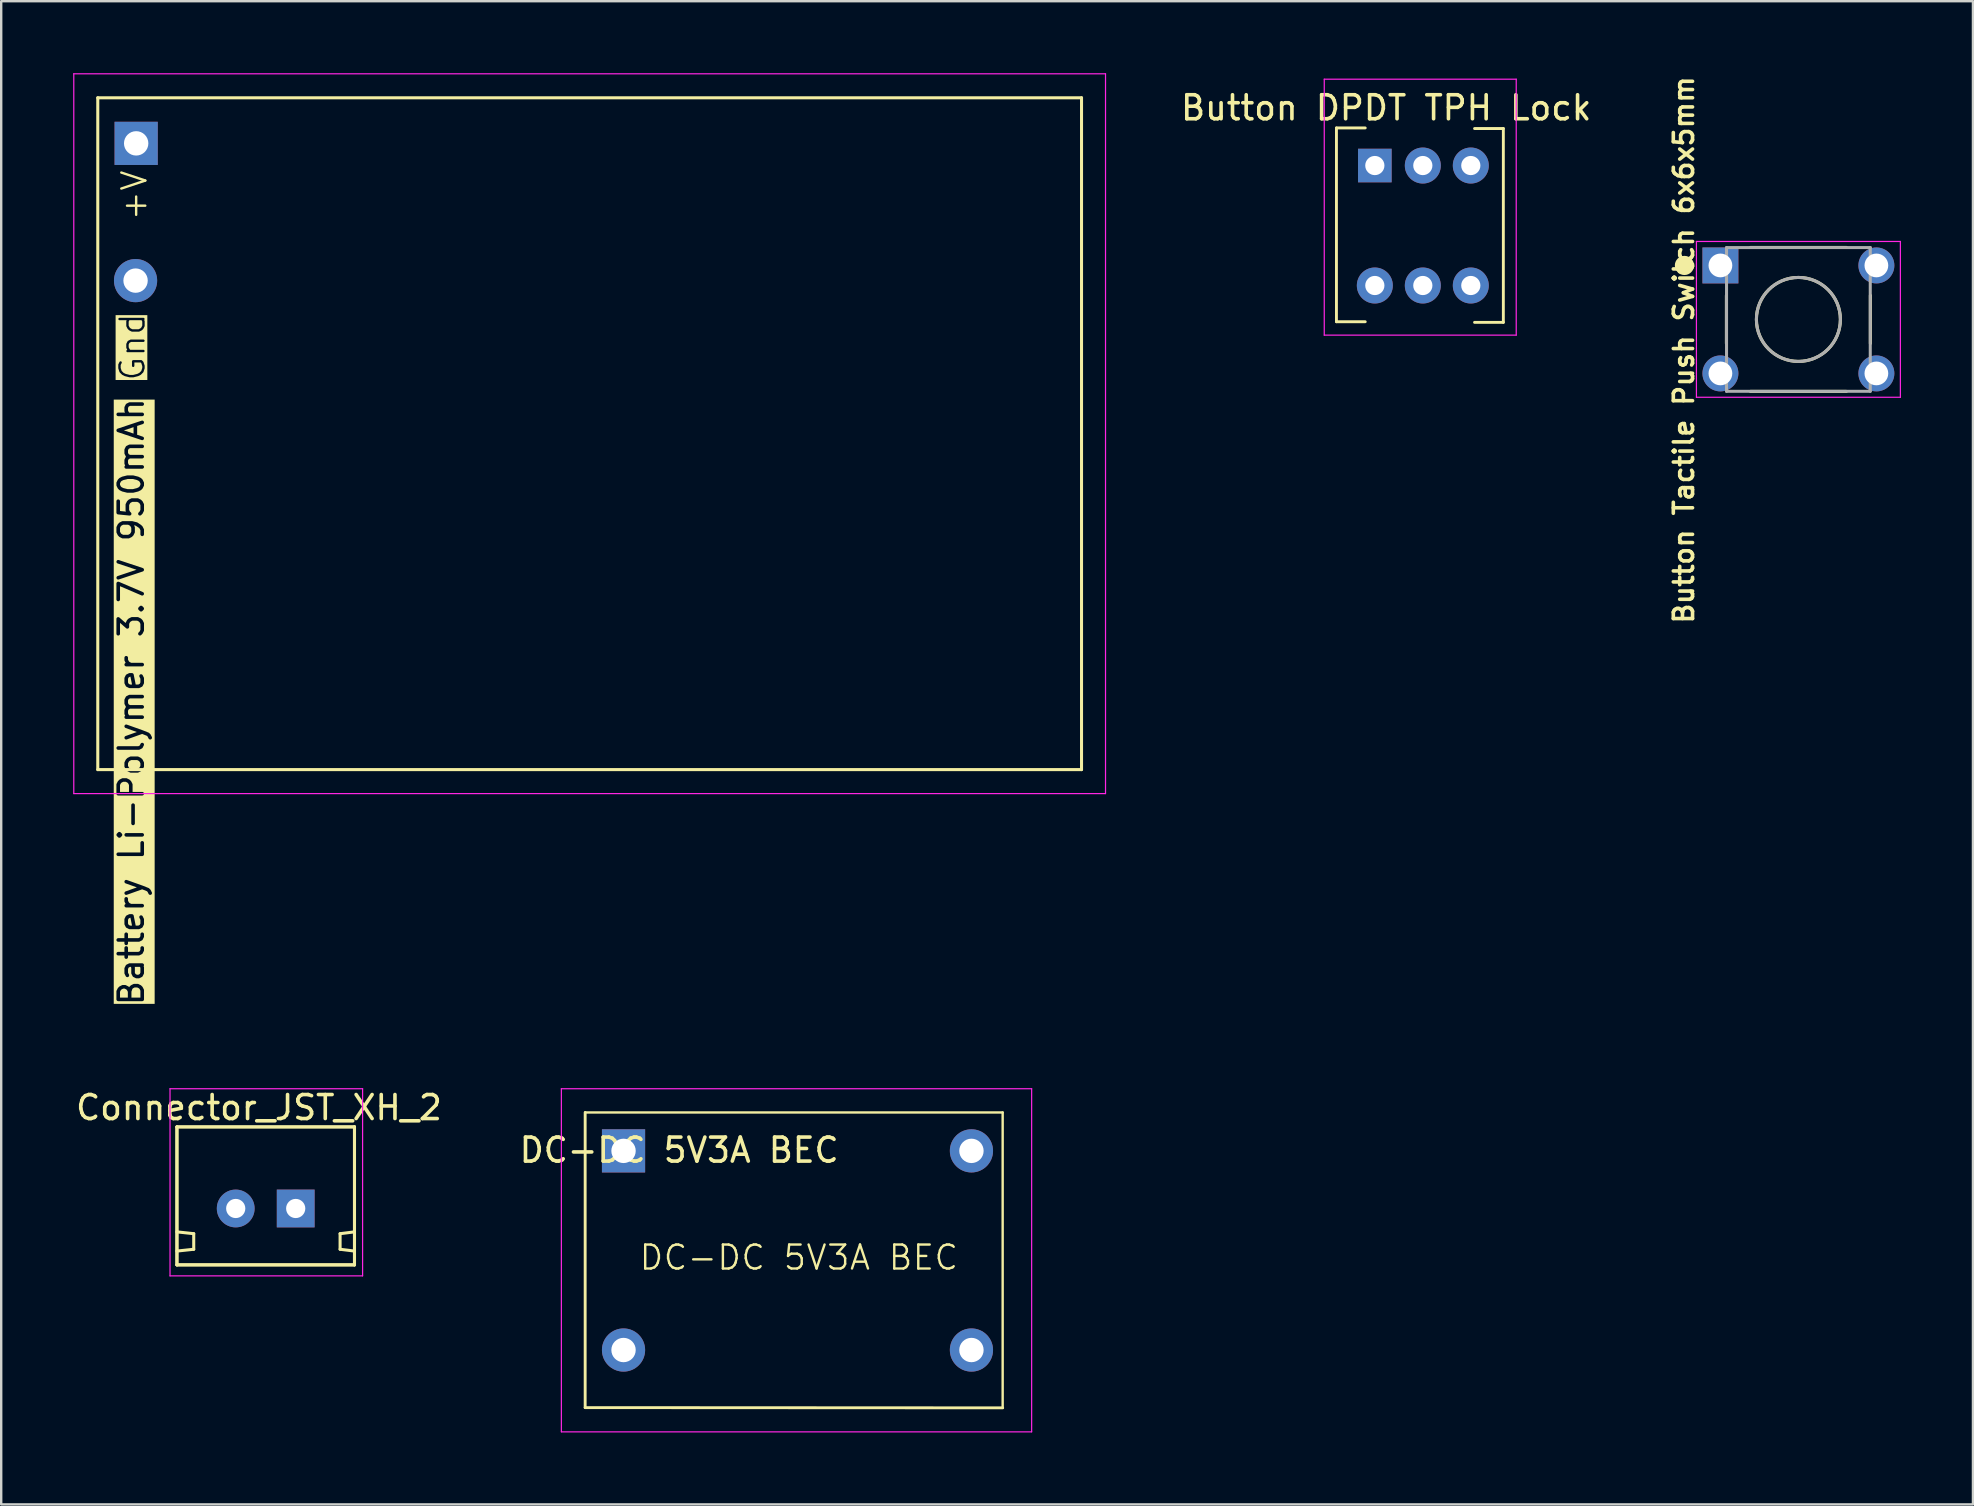
<source format=kicad_pcb>
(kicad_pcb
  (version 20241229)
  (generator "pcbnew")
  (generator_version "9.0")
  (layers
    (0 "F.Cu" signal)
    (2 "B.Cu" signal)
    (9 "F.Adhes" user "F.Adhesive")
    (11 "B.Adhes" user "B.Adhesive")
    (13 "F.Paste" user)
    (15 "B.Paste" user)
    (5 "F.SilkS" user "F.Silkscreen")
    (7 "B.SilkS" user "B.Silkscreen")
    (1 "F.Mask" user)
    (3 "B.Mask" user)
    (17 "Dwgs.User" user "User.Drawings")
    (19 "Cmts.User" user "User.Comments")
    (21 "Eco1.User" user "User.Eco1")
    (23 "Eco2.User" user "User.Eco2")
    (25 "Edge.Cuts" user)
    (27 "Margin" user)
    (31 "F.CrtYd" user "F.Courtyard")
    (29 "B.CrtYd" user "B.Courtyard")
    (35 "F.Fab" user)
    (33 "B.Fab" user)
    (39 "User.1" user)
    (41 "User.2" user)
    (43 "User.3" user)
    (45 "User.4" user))
  (footprint "Button DPDT TPH Lock"
    (layer "F.Cu")
    (at 52.141 0.25)
    (property "Reference" "Button DPDT TPH Lock" (at 2.581 1.194 0) (layer "F.SilkS") (effects (font (size 1 1) (thickness 0.15))))
    (attr through_hole)
    (fp_line (start 0.508 2.032) (end 0.508 10.109) (stroke (width 0.12) (type solid)) (layer "F.SilkS"))
    (fp_line (start 0.508 2.032) (end 1.708 2.032) (stroke (width 0.12) (type solid)) (layer "F.SilkS"))
    (fp_line (start 0.508 10.109) (end 1.708 10.109) (stroke (width 0.12) (type solid)) (layer "F.SilkS"))
    (fp_line (start 7.464 2.057) (end 6.264 2.057) (stroke (width 0.12) (type solid)) (layer "F.SilkS"))
    (fp_line (start 7.464 10.135) (end 6.264 10.135) (stroke (width 0.12) (type solid)) (layer "F.SilkS"))
    (fp_line (start 7.464 10.135) (end 7.464 2.057) (stroke (width 0.12) (type solid)) (layer "F.SilkS"))
    (fp_line (start 0 0) (end 8.001 0) (stroke (width 0.05) (type solid)) (layer "F.CrtYd"))
    (fp_line (start 0 10.668) (end 0 0) (stroke (width 0.05) (type solid)) (layer "F.CrtYd"))
    (fp_line (start 8.001 0) (end 8.001 10.668) (stroke (width 0.05) (type solid)) (layer "F.CrtYd"))
    (fp_line (start 8.001 10.668) (end 0 10.668) (stroke (width 0.05) (type solid)) (layer "F.CrtYd"))
    (pad "1" thru_hole rect (at 2.108 3.599) (size 1.4 1.4) (drill 0.8) (layers "*.Cu" "B.Mask"))
    (pad "2" thru_hole circle (at 4.108 3.599) (size 1.5 1.5) (drill 0.8) (layers "*.Cu" "B.Mask"))
    (pad "3" thru_hole circle (at 6.108 3.599) (size 1.5 1.5) (drill 0.8) (layers "*.Cu" "B.Mask"))
    (pad "4" thru_hole circle (at 2.108 8.599) (size 1.5 1.5) (drill 0.8) (layers "*.Cu" "B.Mask"))
    (pad "5" thru_hole circle (at 4.108 8.599) (size 1.5 1.5) (drill 0.8) (layers "*.Cu" "B.Mask"))
    (pad "6" thru_hole circle (at 6.108 8.599) (size 1.5 1.5) (drill 0.8) (layers "*.Cu" "B.Mask")))
  (footprint "DC-DC 5V3A BEC"
    (layer "F.Cu")
    (at 20.346 42.325)
    (property "Reference" "DC-DC 5V3A BEC" (at 4.91 2.56 0) (layer "F.SilkS") (effects (font (size 1 1) (thickness 0.15))))
    (attr through_hole)
    (fp_line (start 0.992 0.99) (end 0.992 13.29) (stroke (width 0.12) (type solid)) (layer "F.SilkS"))
    (fp_line (start 0.992 0.99) (end 18.392 0.99) (stroke (width 0.1) (type default)) (layer "F.SilkS"))
    (fp_line (start 0.992 13.29) (end 18.392 13.3) (stroke (width 0.12) (type solid)) (layer "F.SilkS"))
    (fp_line (start 18.392 0.99) (end 18.392 13.3) (stroke (width 0.1) (type default)) (layer "F.SilkS"))
    (fp_line (start 0 0) (end 0 14.3) (stroke (width 0.05) (type solid)) (layer "F.CrtYd"))
    (fp_line (start 0 14.3) (end 19.6 14.3) (stroke (width 0.05) (type solid)) (layer "F.CrtYd"))
    (fp_line (start 19.6 0) (end 0 0) (stroke (width 0.05) (type solid)) (layer "F.CrtYd"))
    (fp_line (start 19.6 14.3) (end 19.6 0) (stroke (width 0.05) (type solid)) (layer "F.CrtYd"))
    (fp_text user "DC-DC 5V3A BEC" (at 3.19 7.62 0) (unlocked yes) (layer "F.SilkS") (effects (font (size 1 1) (thickness 0.1)) (justify left bottom)))
    (pad "1" thru_hole rect (at 2.591 2.59) (size 1.8 1.8) (drill 1.016) (layers "*.Cu" "B.Mask"))
    (pad "2" thru_hole circle (at 2.591 10.89) (size 1.8 1.8) (drill 1.016) (layers "*.Cu" "B.Mask"))
    (pad "3" thru_hole circle (at 17.091 2.59) (size 1.8 1.8) (drill 1.016) (layers "*.Cu" "B.Mask"))
    (pad "4" thru_hole circle (at 17.091 10.89) (size 1.8 1.8) (drill 1.016) (layers "*.Cu" "B.Mask")))
  (footprint "Button Tactile Push Switch 6x6x5mm"
    (layer "F.Cu")
    (at 71.902 10.263)
    (property "Reference" "Button Tactile Push Switch 6x6x5mm" (at -4.775 1.27 90) (layer "F.SilkS") (effects (font (size 0.801 0.801) (thickness 0.15))))
    (attr through_hole)
    (fp_line (start -3 -1) (end -3 1) (stroke (width 0.127) (type solid)) (layer "F.SilkS"))
    (fp_line (start -2 -3) (end 2 -3) (stroke (width 0.127) (type solid)) (layer "F.SilkS"))
    (fp_line (start -2 3) (end 2 3) (stroke (width 0.127) (type solid)) (layer "F.SilkS"))
    (fp_line (start 3 -1) (end 3 1) (stroke (width 0.127) (type solid)) (layer "F.SilkS"))
    (fp_circle (center -4.75 -2.25) (end -4.55 -2.25) (stroke (width 0.4) (type solid)) (fill no) (layer "F.SilkS"))
    (fp_circle (center 0 0) (end 1.75 0) (stroke (width 0.127) (type solid)) (fill no) (layer "F.SilkS"))
    (fp_line (start -4.25 -3.25) (end 4.25 -3.25) (stroke (width 0.05) (type solid)) (layer "F.CrtYd"))
    (fp_line (start -4.25 3.245) (end -4.25 -3.25) (stroke (width 0.05) (type solid)) (layer "F.CrtYd"))
    (fp_line (start 4.25 -3.25) (end 4.25 3.245) (stroke (width 0.05) (type solid)) (layer "F.CrtYd"))
    (fp_line (start 4.25 3.245) (end -4.25 3.245) (stroke (width 0.05) (type solid)) (layer "F.CrtYd"))
    (fp_line (start -2.995 -2.995) (end -2.995 2.995) (stroke (width 0.127) (type solid)) (layer "F.Fab"))
    (fp_line (start -2.995 2.995) (end 2.995 2.995) (stroke (width 0.127) (type solid)) (layer "F.Fab"))
    (fp_line (start 2.995 -2.995) (end -2.995 -2.995) (stroke (width 0.127) (type solid)) (layer "F.Fab"))
    (fp_line (start 2.995 2.995) (end 2.995 -2.995) (stroke (width 0.127) (type solid)) (layer "F.Fab"))
    (fp_circle (center -3.25 -2.25) (end -3.05 -2.25) (stroke (width 0.4) (type solid)) (fill no) (layer "F.Fab"))
    (fp_circle (center 0 0) (end 1.75 0) (stroke (width 0.127) (type solid)) (fill no) (layer "F.Fab"))
    (pad "1" thru_hole rect (at -3.25 -2.25) (size 1.498 1.498) (drill 0.99) (layers "*.Cu" "B.Mask"))
    (pad "2" thru_hole circle (at -3.25 2.25) (size 1.498 1.498) (drill 0.99) (layers "*.Cu" "B.Mask"))
    (pad "3" thru_hole circle (at 3.25 -2.25) (size 1.498 1.498) (drill 0.99) (layers "*.Cu" "B.Mask"))
    (pad "4" thru_hole circle (at 3.25 2.25) (size 1.498 1.498) (drill 0.99) (layers "*.Cu" "B.Mask")))
  (footprint "Battery Li-Polymer 3.7V 950mAh"
    (layer "F.Cu")
    (at 1.025 1.025)
    (property "Reference" "Battery Li-Polymer 3.7V 950mAh" (at 1.397 25.171 90) (layer "F.SilkS" knockout) (effects (font (size 1 1) (thickness 0.15))))
    (attr through_hole)
    (fp_line (start 0 0) (end 41 0) (stroke (width 0.127) (type solid)) (layer "F.SilkS"))
    (fp_line (start 0 28) (end 0 0) (stroke (width 0.127) (type solid)) (layer "F.SilkS"))
    (fp_line (start 41 0) (end 41 28) (stroke (width 0.127) (type solid)) (layer "F.SilkS"))
    (fp_line (start 41 28) (end 0 28) (stroke (width 0.127) (type solid)) (layer "F.SilkS"))
    (fp_line (start -1 -1) (end -1 29) (stroke (width 0.05) (type solid)) (layer "F.CrtYd"))
    (fp_line (start -1 29) (end 42 29) (stroke (width 0.05) (type solid)) (layer "F.CrtYd"))
    (fp_line (start 42 -1) (end -1 -1) (stroke (width 0.05) (type solid)) (layer "F.CrtYd"))
    (fp_line (start 42 29) (end 42 -1) (stroke (width 0.05) (type solid)) (layer "F.CrtYd"))
    (fp_text user "+V" (at 2.108 5.182 90) (unlocked yes) (layer "F.SilkS") (effects (font (size 1 1) (thickness 0.1)) (justify left bottom)))
    (fp_text user "Gnd" (at 2.032 11.858 90) (unlocked yes) (layer "F.SilkS" knockout) (effects (font (size 1 1) (thickness 0.1)) (justify left bottom)))
    (pad "1" thru_hole rect (at 1.6 1.9) (size 1.8 1.8) (drill 1.016) (layers "*.Cu" "B.Mask"))
    (pad "2" thru_hole circle (at 1.575 7.62) (size 1.8 1.8) (drill 1.016) (layers "*.Cu" "B.Mask")))
  (footprint "Connector_JST_XH_2"
    (layer "F.Cu")
    (at 4.036 42.325)
    (property "Reference" "Connector_JST_XH_2" (at 3.708 0.787 0) (layer "F.SilkS") (effects (font (size 1 1) (thickness 0.15))))
    (attr through_hole)
    (fp_line (start 0.288 1.591) (end 7.688 1.591) (stroke (width 0.127) (type solid)) (layer "F.SilkS"))
    (fp_line (start 0.288 1.591) (end 7.688 1.591) (stroke (width 0.127) (type solid)) (layer "F.SilkS"))
    (fp_line (start 0.288 5.966) (end 0.988 6.041) (stroke (width 0.127) (type solid)) (layer "F.SilkS"))
    (fp_line (start 0.288 6.766) (end 0.988 6.691) (stroke (width 0.127) (type solid)) (layer "F.SilkS"))
    (fp_line (start 0.288 7.341) (end 0.288 1.591) (stroke (width 0.127) (type solid)) (layer "F.SilkS"))
    (fp_line (start 0.288 7.341) (end 0.288 1.591) (stroke (width 0.127) (type solid)) (layer "F.SilkS"))
    (fp_line (start 0.988 6.691) (end 0.988 6.041) (stroke (width 0.127) (type solid)) (layer "F.SilkS"))
    (fp_line (start 7.088 6.691) (end 7.088 6.041) (stroke (width 0.127) (type solid)) (layer "F.SilkS"))
    (fp_line (start 7.688 1.591) (end 7.688 7.341) (stroke (width 0.127) (type solid)) (layer "F.SilkS"))
    (fp_line (start 7.688 1.591) (end 7.688 7.341) (stroke (width 0.127) (type solid)) (layer "F.SilkS"))
    (fp_line (start 7.688 5.966) (end 7.088 6.041) (stroke (width 0.127) (type solid)) (layer "F.SilkS"))
    (fp_line (start 7.688 6.766) (end 7.088 6.691) (stroke (width 0.127) (type solid)) (layer "F.SilkS"))
    (fp_line (start 7.688 7.341) (end 0.288 7.341) (stroke (width 0.127) (type solid)) (layer "F.SilkS"))
    (fp_line (start 7.688 7.341) (end 0.288 7.341) (stroke (width 0.127) (type solid)) (layer "F.SilkS"))
    (fp_line (start 0 0) (end 0 7.8) (stroke (width 0.05) (type solid)) (layer "F.CrtYd"))
    (fp_line (start 0 7.8) (end 8.026 7.8) (stroke (width 0.05) (type solid)) (layer "F.CrtYd"))
    (fp_line (start 8.026 0) (end 0 0) (stroke (width 0.05) (type solid)) (layer "F.CrtYd"))
    (fp_line (start 8.026 7.8) (end 8.026 0) (stroke (width 0.05) (type solid)) (layer "F.CrtYd"))
    (pad "1" thru_hole rect (at 5.238 4.991) (size 1.575 1.575) (drill 0.8) (layers "*.Cu" "B.Mask"))
    (pad "2" thru_hole circle (at 2.738 4.991) (size 1.575 1.575) (drill 0.8) (layers "*.Cu" "B.Mask")))
  (gr_rect
    (start -3 -3)
    (end 79.177 59.65)
    (stroke (width 0.1) (type default))
    (fill no)
    (layer "Edge.Cuts")))
</source>
